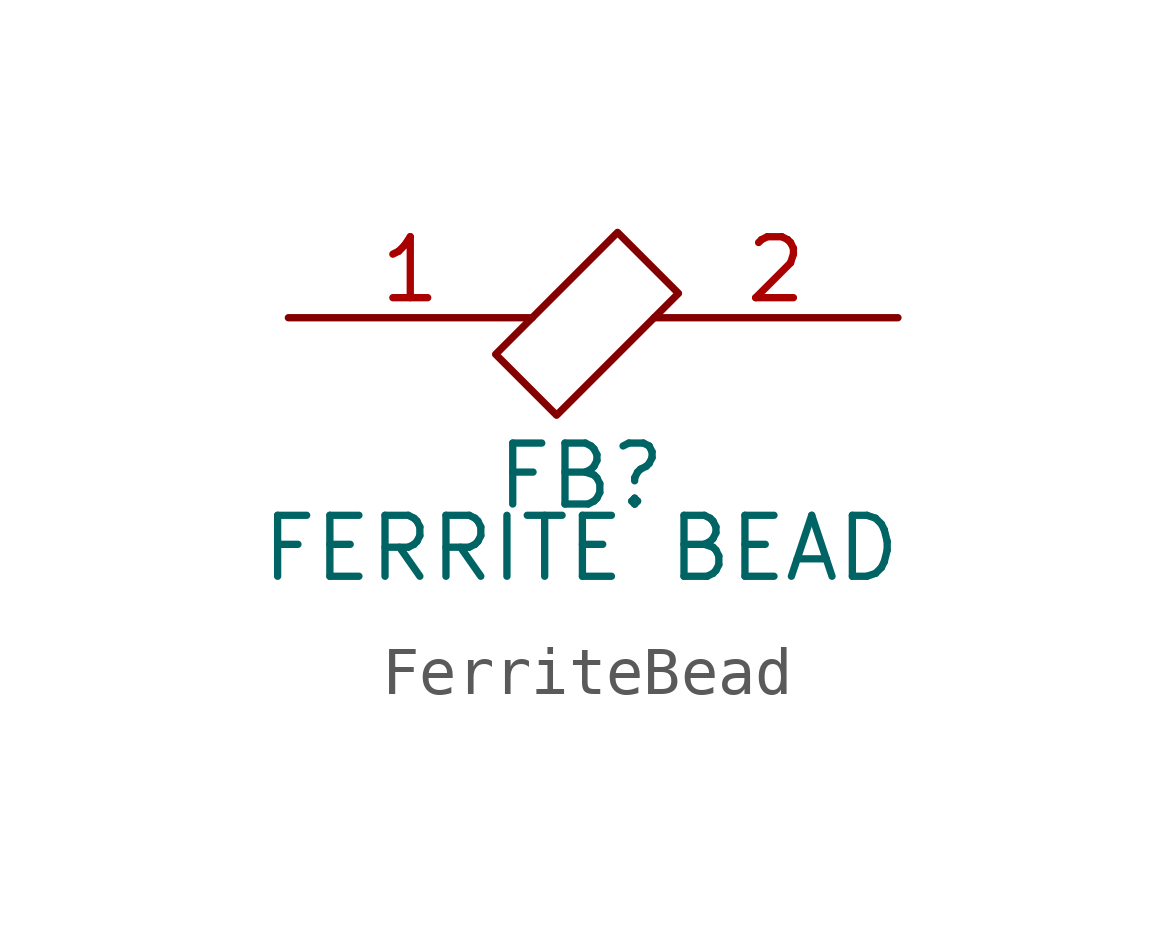
<source format=kicad_sym>
(kicad_symbol_lib
  (version 20231120)
  (generator "kicad_symbol_editor")
  (generator_version "8.0")
  (symbol "FerriteBead"
    (pin_names
      (offset 0.762))
    (property "Reference" "FB"
      (at 6.096 -3.302 0)
      (effects (font (size 1.27 1.27))))
    (property "Value" "FERRITE BEAD"
      (at 6.096 -4.064 0)
      (effects (font (size 1.27 1.27)) (justify top)))
    (symbol "FerriteBead_0_0"
      (pin passive line (at 0 0 0) (length 5.08) (name "1" (effects (font (size 0 0)))) (number "1" (effects (font (size 1.27 1.27)))))
      (pin passive line (at 12.7 0 180) (length 5.08) (name "2" (effects (font (size 0 0)))) (number "2" (effects (font (size 1.27 1.27))))))
    (symbol "FerriteBead_0_1"
      (polyline (pts (xy 4.318 -0.762) (xy 6.858 1.778) (xy 8.128 0.508) (xy 5.588 -2.032) (xy 4.318 -0.762)) (stroke (width 0.152) (type solid)) (fill (type none))))))
</source>
